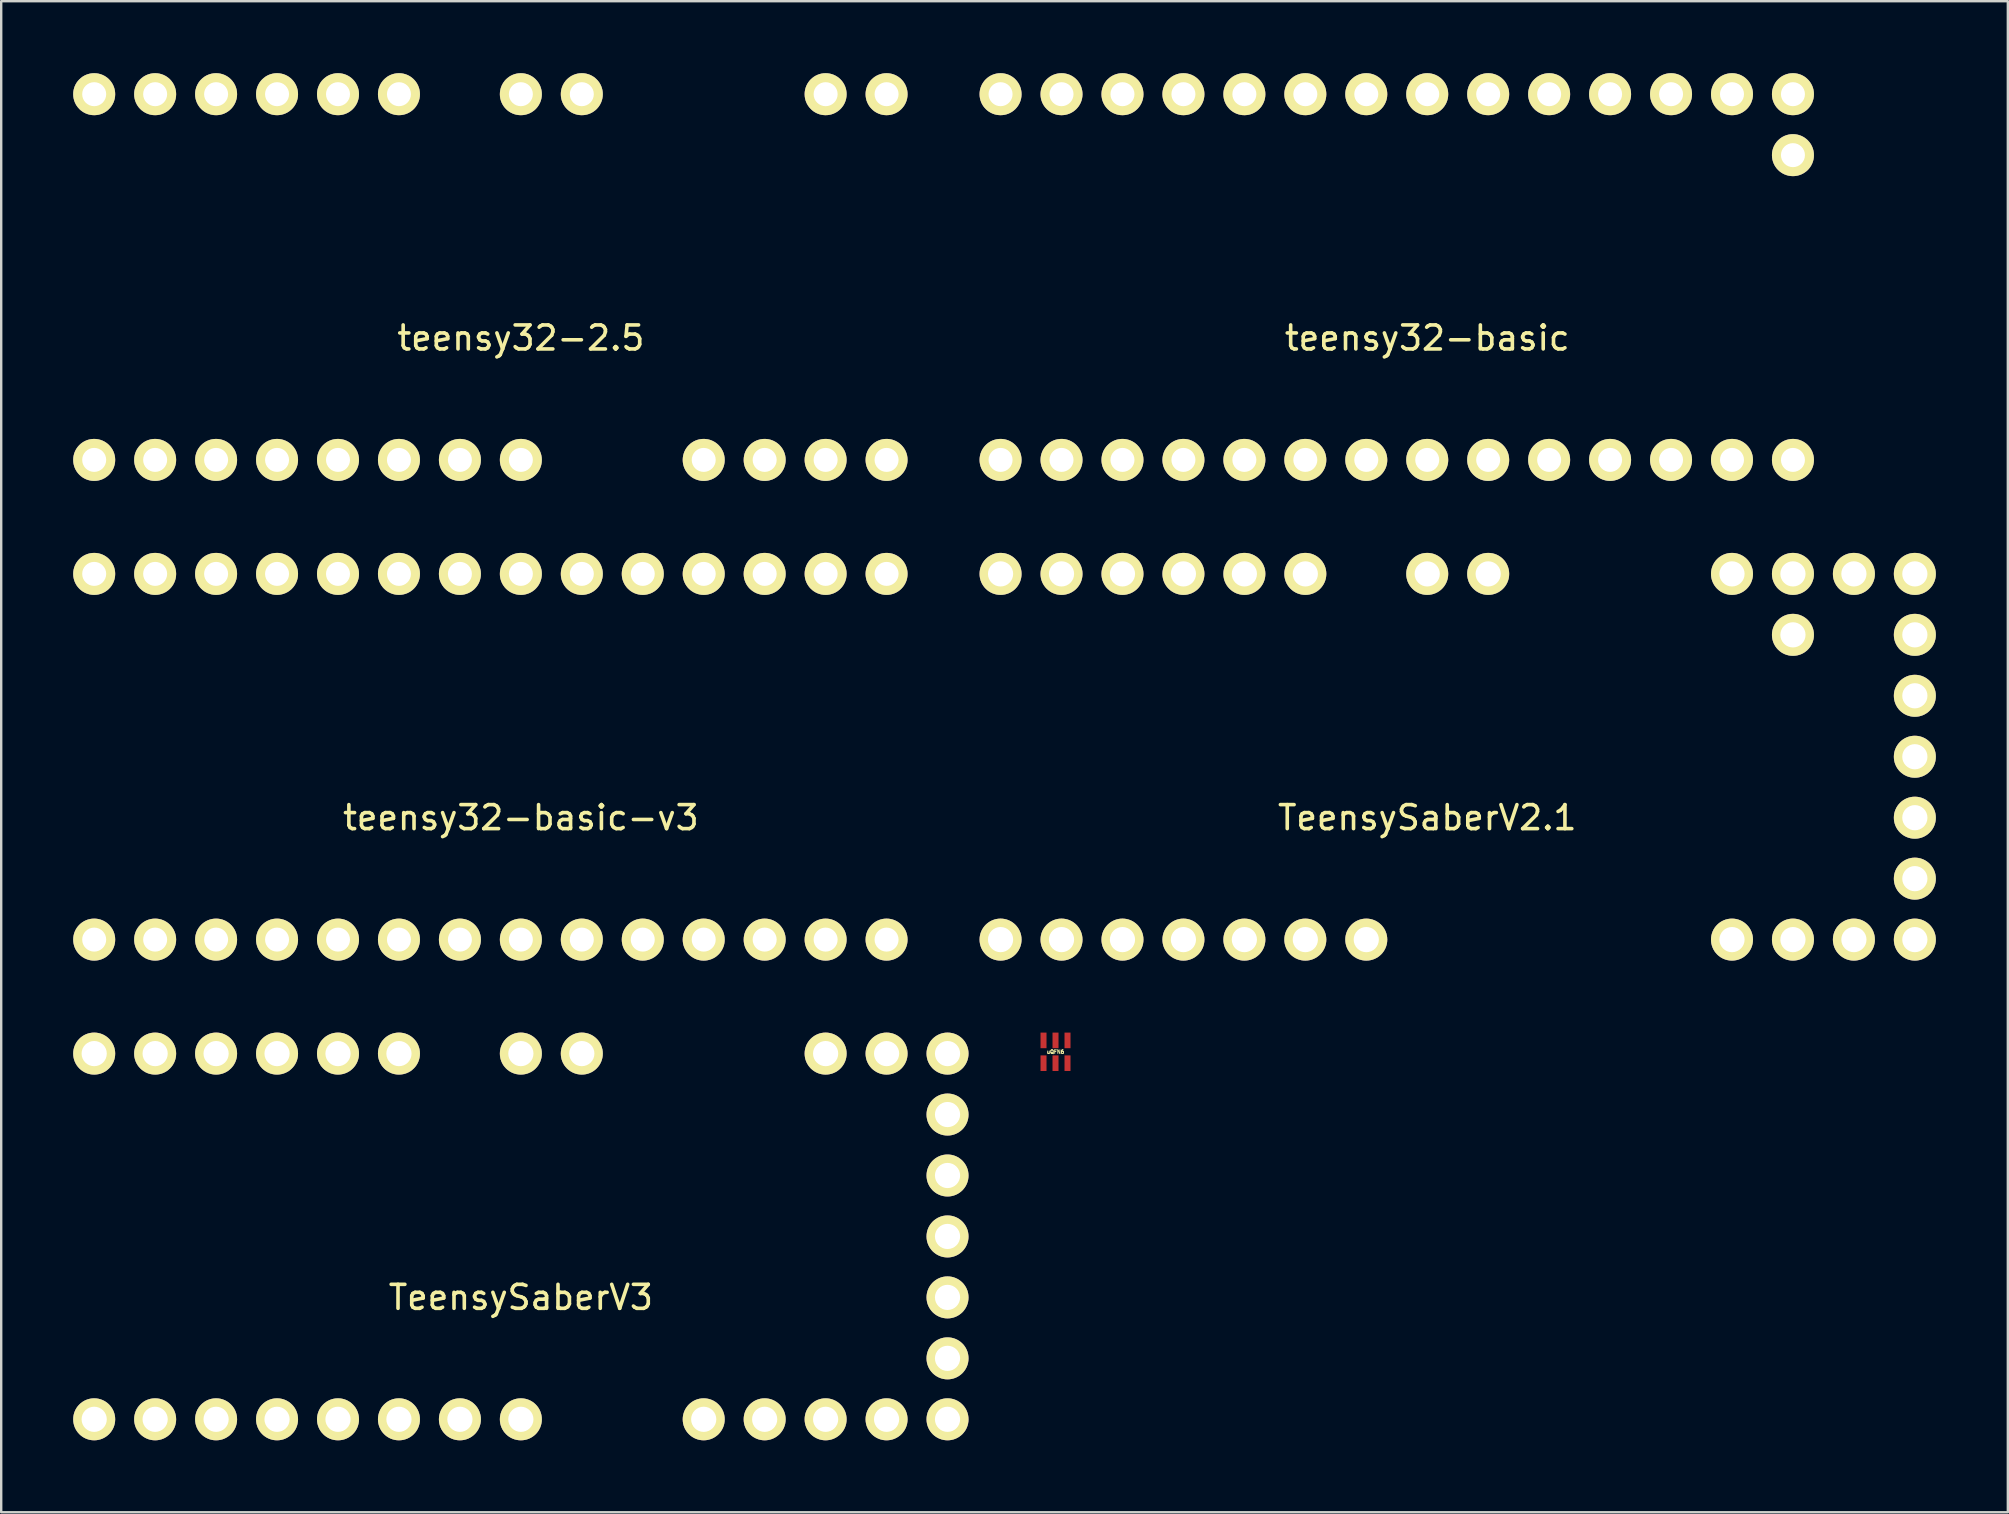
<source format=kicad_pcb>
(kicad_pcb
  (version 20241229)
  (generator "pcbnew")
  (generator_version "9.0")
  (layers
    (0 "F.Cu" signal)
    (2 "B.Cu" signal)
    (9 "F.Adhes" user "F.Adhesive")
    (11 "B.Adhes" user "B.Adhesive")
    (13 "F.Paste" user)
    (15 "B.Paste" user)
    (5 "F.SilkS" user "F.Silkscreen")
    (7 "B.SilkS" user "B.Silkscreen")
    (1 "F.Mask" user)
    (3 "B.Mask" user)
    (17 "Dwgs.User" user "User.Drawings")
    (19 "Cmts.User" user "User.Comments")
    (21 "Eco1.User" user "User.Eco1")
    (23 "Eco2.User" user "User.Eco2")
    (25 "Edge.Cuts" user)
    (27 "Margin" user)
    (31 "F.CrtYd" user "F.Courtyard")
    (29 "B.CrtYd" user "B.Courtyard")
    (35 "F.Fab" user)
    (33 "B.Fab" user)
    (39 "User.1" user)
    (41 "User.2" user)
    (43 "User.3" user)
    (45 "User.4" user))
  (footprint "teensy32-2.5"
    (layer "F.Cu")
    (at 18.655 8.495)
    (property "Reference" "teensy32-2.5" (at 0 2.54 0) (layer "F.SilkS") (effects (font (size 1 1) (thickness 0.15))))
    (attr through_hole)
    (pad "0" thru_hole circle (at -15.24 7.62) (size 1.75 1.75) (drill 1) (layers "*.Cu" "*.Mask" "F.SilkS"))
    (pad "1" thru_hole circle (at -12.7 7.62) (size 1.75 1.75) (drill 1) (layers "*.Cu" "*.Mask" "F.SilkS"))
    (pad "2" thru_hole circle (at -10.16 7.62) (size 1.75 1.75) (drill 1) (layers "*.Cu" "*.Mask" "F.SilkS"))
    (pad "3" thru_hole circle (at -7.62 7.62) (size 1.75 1.75) (drill 1) (layers "*.Cu" "*.Mask" "F.SilkS"))
    (pad "4" thru_hole circle (at -5.08 7.62) (size 1.75 1.75) (drill 1) (layers "*.Cu" "*.Mask" "F.SilkS"))
    (pad "5" thru_hole circle (at -2.54 7.62) (size 1.75 1.75) (drill 1) (layers "*.Cu" "*.Mask" "F.SilkS"))
    (pad "6" thru_hole circle (at 0 7.62) (size 1.75 1.75) (drill 1) (layers "*.Cu" "*.Mask" "F.SilkS"))
    (pad "9" thru_hole circle (at 7.62 7.62) (size 1.75 1.75) (drill 1) (layers "*.Cu" "*.Mask" "F.SilkS"))
    (pad "10" thru_hole circle (at 10.16 7.62) (size 1.75 1.75) (drill 1) (layers "*.Cu" "*.Mask" "F.SilkS"))
    (pad "11" thru_hole circle (at 12.7 7.62) (size 1.75 1.75) (drill 1) (layers "*.Cu" "*.Mask" "F.SilkS"))
    (pad "12" thru_hole circle (at 15.24 7.62) (size 1.75 1.75) (drill 1) (layers "*.Cu" "*.Mask" "F.SilkS"))
    (pad "13" thru_hole circle (at 15.24 -7.62) (size 1.75 1.75) (drill 1) (layers "*.Cu" "*.Mask" "F.SilkS"))
    (pad "14" thru_hole circle (at 12.7 -7.62) (size 1.75 1.75) (drill 1) (layers "*.Cu" "*.Mask" "F.SilkS"))
    (pad "18" thru_hole circle (at 2.54 -7.62) (size 1.75 1.75) (drill 1) (layers "*.Cu" "*.Mask" "F.SilkS"))
    (pad "19" thru_hole circle (at 0 -7.62) (size 1.75 1.75) (drill 1) (layers "*.Cu" "*.Mask" "F.SilkS"))
    (pad "21" thru_hole circle (at -5.08 -7.62) (size 1.75 1.75) (drill 1) (layers "*.Cu" "*.Mask" "F.SilkS"))
    (pad "22" thru_hole circle (at -7.62 -7.62) (size 1.75 1.75) (drill 1) (layers "*.Cu" "*.Mask" "F.SilkS"))
    (pad "23" thru_hole circle (at -10.16 -7.62) (size 1.75 1.75) (drill 1) (layers "*.Cu" "*.Mask" "F.SilkS"))
    (pad "24" thru_hole circle (at -12.7 -7.62) (size 1.75 1.75) (drill 1) (layers "*.Cu" "*.Mask" "F.SilkS"))
    (pad "25" thru_hole circle (at -15.24 -7.62) (size 1.75 1.75) (drill 1) (layers "*.Cu" "*.Mask" "F.SilkS"))
    (pad "26" thru_hole circle (at -17.78 -7.62) (size 1.75 1.75) (drill 1) (layers "*.Cu" "*.Mask" "F.SilkS"))
    (pad "27" thru_hole circle (at -17.78 7.62) (size 1.75 1.75) (drill 1) (layers "*.Cu" "*.Mask" "F.SilkS")))
  (footprint "teensy32-basic-v3"
    (layer "F.Cu")
    (at 18.655 28.485)
    (property "Reference" "teensy32-basic-v3" (at 0 2.54 0) (layer "F.SilkS") (effects (font (size 1 1) (thickness 0.15))))
    (attr through_hole)
    (pad "0" thru_hole circle (at -15.24 7.62) (size 1.75 1.75) (drill 1) (layers "*.Cu" "*.Mask" "F.SilkS"))
    (pad "1" thru_hole circle (at -12.7 7.62) (size 1.75 1.75) (drill 1) (layers "*.Cu" "*.Mask" "F.SilkS"))
    (pad "2" thru_hole circle (at -10.16 7.62) (size 1.75 1.75) (drill 1) (layers "*.Cu" "*.Mask" "F.SilkS"))
    (pad "3" thru_hole circle (at -7.62 7.62) (size 1.75 1.75) (drill 1) (layers "*.Cu" "*.Mask" "F.SilkS"))
    (pad "4" thru_hole circle (at -5.08 7.62) (size 1.75 1.75) (drill 1) (layers "*.Cu" "*.Mask" "F.SilkS"))
    (pad "5" thru_hole circle (at -2.54 7.62) (size 1.75 1.75) (drill 1) (layers "*.Cu" "*.Mask" "F.SilkS"))
    (pad "6" thru_hole circle (at 0 7.62) (size 1.75 1.75) (drill 1) (layers "*.Cu" "*.Mask" "F.SilkS"))
    (pad "7" thru_hole circle (at 2.54 7.62) (size 1.75 1.75) (drill 1) (layers "*.Cu" "*.Mask" "F.SilkS"))
    (pad "8" thru_hole circle (at 5.08 7.62) (size 1.75 1.75) (drill 1) (layers "*.Cu" "*.Mask" "F.SilkS"))
    (pad "9" thru_hole circle (at 7.62 7.62) (size 1.75 1.75) (drill 1) (layers "*.Cu" "*.Mask" "F.SilkS"))
    (pad "10" thru_hole circle (at 10.16 7.62) (size 1.75 1.75) (drill 1) (layers "*.Cu" "*.Mask" "F.SilkS"))
    (pad "11" thru_hole circle (at 12.7 7.62) (size 1.75 1.75) (drill 1) (layers "*.Cu" "*.Mask" "F.SilkS"))
    (pad "12" thru_hole circle (at 15.24 7.62) (size 1.75 1.75) (drill 1) (layers "*.Cu" "*.Mask" "F.SilkS"))
    (pad "13" thru_hole circle (at 15.24 -7.62) (size 1.75 1.75) (drill 1) (layers "*.Cu" "*.Mask" "F.SilkS"))
    (pad "14" thru_hole circle (at 12.7 -7.62) (size 1.75 1.75) (drill 1) (layers "*.Cu" "*.Mask" "F.SilkS"))
    (pad "15" thru_hole circle (at 10.16 -7.62) (size 1.75 1.75) (drill 1) (layers "*.Cu" "*.Mask" "F.SilkS"))
    (pad "16" thru_hole circle (at 7.62 -7.62) (size 1.75 1.75) (drill 1) (layers "*.Cu" "*.Mask" "F.SilkS"))
    (pad "17" thru_hole circle (at 5.08 -7.62) (size 1.75 1.75) (drill 1) (layers "*.Cu" "*.Mask" "F.SilkS"))
    (pad "18" thru_hole circle (at 2.54 -7.62) (size 1.75 1.75) (drill 1) (layers "*.Cu" "*.Mask" "F.SilkS"))
    (pad "19" thru_hole circle (at 0 -7.62) (size 1.75 1.75) (drill 1) (layers "*.Cu" "*.Mask" "F.SilkS"))
    (pad "20" thru_hole circle (at -2.54 -7.62) (size 1.75 1.75) (drill 1) (layers "*.Cu" "*.Mask" "F.SilkS"))
    (pad "21" thru_hole circle (at -5.08 -7.62) (size 1.75 1.75) (drill 1) (layers "*.Cu" "*.Mask" "F.SilkS"))
    (pad "22" thru_hole circle (at -7.62 -7.62) (size 1.75 1.75) (drill 1) (layers "*.Cu" "*.Mask" "F.SilkS"))
    (pad "23" thru_hole circle (at -10.16 -7.62) (size 1.75 1.75) (drill 1) (layers "*.Cu" "*.Mask" "F.SilkS"))
    (pad "24" thru_hole circle (at -12.7 -7.62) (size 1.75 1.75) (drill 1) (layers "*.Cu" "*.Mask" "F.SilkS"))
    (pad "25" thru_hole circle (at -15.24 -7.62) (size 1.75 1.75) (drill 1) (layers "*.Cu" "*.Mask" "F.SilkS"))
    (pad "26" thru_hole circle (at -17.78 -7.62) (size 1.75 1.75) (drill 1) (layers "*.Cu" "*.Mask" "F.SilkS"))
    (pad "27" thru_hole circle (at -17.78 7.62) (size 1.75 1.75) (drill 1) (layers "*.Cu" "*.Mask" "F.SilkS")))
  (footprint "uQFN6"
    (layer "F.Cu")
    (at 40.935 40.78)
    (property "Reference" "uQFN6" (at 0 0 0) (layer "F.SilkS") (effects (font (size 0.15 0.15) (thickness 0.037))))
    (attr smd)
    (pad "1" smd rect (at -0.5 0.475) (size 0.25 0.65) (layers "F.Cu" "F.Mask" "F.Paste"))
    (pad "2" smd rect (at 0 0.475) (size 0.25 0.65) (layers "F.Cu" "F.Mask" "F.Paste"))
    (pad "3" smd rect (at 0.5 0.475) (size 0.25 0.65) (layers "F.Cu" "F.Mask" "F.Paste"))
    (pad "4" smd rect (at 0.5 -0.475) (size 0.25 0.65) (layers "F.Cu" "F.Mask" "F.Paste"))
    (pad "5" smd rect (at 0 -0.475) (size 0.25 0.65) (layers "F.Cu" "F.Mask" "F.Paste"))
    (pad "6" smd rect (at -0.5 -0.475) (size 0.25 0.65) (layers "F.Cu" "F.Mask" "F.Paste")))
  (footprint "teensy32-basic"
    (layer "F.Cu")
    (at 56.425 8.495)
    (property "Reference" "teensy32-basic" (at 0 2.54 0) (layer "F.SilkS") (effects (font (size 1 1) (thickness 0.15))))
    (attr through_hole)
    (pad "0" thru_hole circle (at -15.24 7.62) (size 1.75 1.75) (drill 1) (layers "*.Cu" "*.Mask" "F.SilkS"))
    (pad "1" thru_hole circle (at -12.7 7.62) (size 1.75 1.75) (drill 1) (layers "*.Cu" "*.Mask" "F.SilkS"))
    (pad "2" thru_hole circle (at -10.16 7.62) (size 1.75 1.75) (drill 1) (layers "*.Cu" "*.Mask" "F.SilkS"))
    (pad "3" thru_hole circle (at -7.62 7.62) (size 1.75 1.75) (drill 1) (layers "*.Cu" "*.Mask" "F.SilkS"))
    (pad "4" thru_hole circle (at -5.08 7.62) (size 1.75 1.75) (drill 1) (layers "*.Cu" "*.Mask" "F.SilkS"))
    (pad "5" thru_hole circle (at -2.54 7.62) (size 1.75 1.75) (drill 1) (layers "*.Cu" "*.Mask" "F.SilkS"))
    (pad "6" thru_hole circle (at 0 7.62) (size 1.75 1.75) (drill 1) (layers "*.Cu" "*.Mask" "F.SilkS"))
    (pad "7" thru_hole circle (at 2.54 7.62) (size 1.75 1.75) (drill 1) (layers "*.Cu" "*.Mask" "F.SilkS"))
    (pad "8" thru_hole circle (at 5.08 7.62) (size 1.75 1.75) (drill 1) (layers "*.Cu" "*.Mask" "F.SilkS"))
    (pad "9" thru_hole circle (at 7.62 7.62) (size 1.75 1.75) (drill 1) (layers "*.Cu" "*.Mask" "F.SilkS"))
    (pad "10" thru_hole circle (at 10.16 7.62) (size 1.75 1.75) (drill 1) (layers "*.Cu" "*.Mask" "F.SilkS"))
    (pad "11" thru_hole circle (at 12.7 7.62) (size 1.75 1.75) (drill 1) (layers "*.Cu" "*.Mask" "F.SilkS"))
    (pad "12" thru_hole circle (at 15.24 7.62) (size 1.75 1.75) (drill 1) (layers "*.Cu" "*.Mask" "F.SilkS"))
    (pad "13" thru_hole circle (at 15.24 -7.62) (size 1.75 1.75) (drill 1) (layers "*.Cu" "*.Mask" "F.SilkS"))
    (pad "14" thru_hole circle (at 12.7 -7.62) (size 1.75 1.75) (drill 1) (layers "*.Cu" "*.Mask" "F.SilkS"))
    (pad "15" thru_hole circle (at 10.16 -7.62) (size 1.75 1.75) (drill 1) (layers "*.Cu" "*.Mask" "F.SilkS"))
    (pad "16" thru_hole circle (at 7.62 -7.62) (size 1.75 1.75) (drill 1) (layers "*.Cu" "*.Mask" "F.SilkS"))
    (pad "17" thru_hole circle (at 5.08 -7.62) (size 1.75 1.75) (drill 1) (layers "*.Cu" "*.Mask" "F.SilkS"))
    (pad "18" thru_hole circle (at 2.54 -7.62) (size 1.75 1.75) (drill 1) (layers "*.Cu" "*.Mask" "F.SilkS"))
    (pad "19" thru_hole circle (at 0 -7.62) (size 1.75 1.75) (drill 1) (layers "*.Cu" "*.Mask" "F.SilkS"))
    (pad "20" thru_hole circle (at -2.54 -7.62) (size 1.75 1.75) (drill 1) (layers "*.Cu" "*.Mask" "F.SilkS"))
    (pad "21" thru_hole circle (at -5.08 -7.62) (size 1.75 1.75) (drill 1) (layers "*.Cu" "*.Mask" "F.SilkS"))
    (pad "22" thru_hole circle (at -7.62 -7.62) (size 1.75 1.75) (drill 1) (layers "*.Cu" "*.Mask" "F.SilkS"))
    (pad "23" thru_hole circle (at -10.16 -7.62) (size 1.75 1.75) (drill 1) (layers "*.Cu" "*.Mask" "F.SilkS"))
    (pad "24" thru_hole circle (at -12.7 -7.62) (size 1.75 1.75) (drill 1) (layers "*.Cu" "*.Mask" "F.SilkS"))
    (pad "25" thru_hole circle (at -15.24 -7.62) (size 1.75 1.75) (drill 1) (layers "*.Cu" "*.Mask" "F.SilkS"))
    (pad "26" thru_hole circle (at -17.78 -7.62) (size 1.75 1.75) (drill 1) (layers "*.Cu" "*.Mask" "F.SilkS"))
    (pad "27" thru_hole circle (at -17.78 7.62) (size 1.75 1.75) (drill 1) (layers "*.Cu" "*.Mask" "F.SilkS"))
    (pad "28" thru_hole circle (at 15.24 -5.08) (size 1.75 1.75) (drill 1) (layers "*.Cu" "*.Mask" "F.SilkS")))
  (footprint "TeensySaberV2.1"
    (layer "F.Cu")
    (at 56.425 28.485)
    (property "Reference" "TeensySaberV2.1" (at 0 2.54 0) (layer "F.SilkS") (effects (font (size 1 1) (thickness 0.15))))
    (attr through_hole)
    (pad "0" thru_hole circle (at -15.24 7.62) (size 1.75 1.75) (drill 1.05) (layers "*.Cu" "*.Mask" "F.SilkS"))
    (pad "1" thru_hole circle (at -12.7 7.62) (size 1.75 1.75) (drill 1.05) (layers "*.Cu" "*.Mask" "F.SilkS"))
    (pad "2" thru_hole circle (at -10.16 7.62) (size 1.75 1.75) (drill 1.05) (layers "*.Cu" "*.Mask" "F.SilkS"))
    (pad "3" thru_hole circle (at -7.62 7.62) (size 1.75 1.75) (drill 1.05) (layers "*.Cu" "*.Mask" "F.SilkS"))
    (pad "4" thru_hole circle (at -5.08 7.62) (size 1.75 1.75) (drill 1.05) (layers "*.Cu" "*.Mask" "F.SilkS"))
    (pad "5" thru_hole circle (at -2.54 7.62) (size 1.75 1.75) (drill 1.05) (layers "*.Cu" "*.Mask" "F.SilkS"))
    (pad "11" thru_hole circle (at 12.7 7.62) (size 1.75 1.75) (drill 1.05) (layers "*.Cu" "*.Mask" "F.SilkS"))
    (pad "12" thru_hole circle (at 15.24 7.62) (size 1.75 1.75) (drill 1.05) (layers "*.Cu" "*.Mask" "F.SilkS"))
    (pad "13" thru_hole circle (at 15.24 -7.62) (size 1.75 1.75) (drill 1.05) (layers "*.Cu" "*.Mask" "F.SilkS"))
    (pad "14" thru_hole circle (at 12.7 -7.62) (size 1.75 1.75) (drill 1.05) (layers "*.Cu" "*.Mask" "F.SilkS"))
    (pad "18" thru_hole circle (at 2.54 -7.62) (size 1.75 1.75) (drill 1.05) (layers "*.Cu" "*.Mask" "F.SilkS"))
    (pad "19" thru_hole circle (at 0 -7.62) (size 1.75 1.75) (drill 1.05) (layers "*.Cu" "*.Mask" "F.SilkS"))
    (pad "21" thru_hole circle (at -5.08 -7.62) (size 1.75 1.75) (drill 1.05) (layers "*.Cu" "*.Mask" "F.SilkS"))
    (pad "22" thru_hole circle (at -7.62 -7.62) (size 1.75 1.75) (drill 1.05) (layers "*.Cu" "*.Mask" "F.SilkS"))
    (pad "23" thru_hole circle (at -10.16 -7.62) (size 1.75 1.75) (drill 1.05) (layers "*.Cu" "*.Mask" "F.SilkS"))
    (pad "24" thru_hole circle (at -12.7 -7.62) (size 1.75 1.75) (drill 1.05) (layers "*.Cu" "*.Mask" "F.SilkS"))
    (pad "25" thru_hole circle (at -15.24 -7.62) (size 1.75 1.75) (drill 1.05) (layers "*.Cu" "*.Mask" "F.SilkS"))
    (pad "26" thru_hole circle (at -17.78 -7.62) (size 1.75 1.75) (drill 1.05) (layers "*.Cu" "*.Mask" "F.SilkS"))
    (pad "27" thru_hole circle (at -17.78 7.62) (size 1.75 1.75) (drill 1.05) (layers "*.Cu" "*.Mask" "F.SilkS"))
    (pad "28" thru_hole circle (at 15.24 -5.08) (size 1.75 1.75) (drill 1.05) (layers "*.Cu" "*.Mask" "F.SilkS"))
    (pad "28" thru_hole circle (at 17.78 -7.62) (size 1.75 1.75) (drill 1.05) (layers "*.Cu" "*.Mask" "F.SilkS"))
    (pad "29" thru_hole circle (at 20.32 -7.62) (size 1.75 1.75) (drill 1.05) (layers "*.Cu" "*.Mask" "F.SilkS"))
    (pad "30" thru_hole circle (at 20.32 -5.08) (size 1.75 1.75) (drill 1.05) (layers "*.Cu" "*.Mask" "F.SilkS"))
    (pad "31" thru_hole circle (at 20.32 -2.54) (size 1.75 1.75) (drill 1.05) (layers "*.Cu" "*.Mask" "F.SilkS"))
    (pad "32" thru_hole circle (at 20.32 0) (size 1.75 1.75) (drill 1.05) (layers "*.Cu" "*.Mask" "F.SilkS"))
    (pad "33" thru_hole circle (at 20.32 2.54) (size 1.75 1.75) (drill 1.05) (layers "*.Cu" "*.Mask" "F.SilkS"))
    (pad "34" thru_hole circle (at 20.32 5.08) (size 1.75 1.75) (drill 1.05) (layers "*.Cu" "*.Mask" "F.SilkS"))
    (pad "35" thru_hole circle (at 20.32 7.62) (size 1.75 1.75) (drill 1.05) (layers "*.Cu" "*.Mask" "F.SilkS"))
    (pad "36" thru_hole circle (at 17.78 7.62) (size 1.75 1.75) (drill 1.05) (layers "*.Cu" "*.Mask" "F.SilkS")))
  (footprint "TeensySaberV3"
    (layer "F.Cu")
    (at 18.655 48.475)
    (property "Reference" "TeensySaberV3" (at 0 2.54 0) (layer "F.SilkS") (effects (font (size 1 1) (thickness 0.15))))
    (attr through_hole)
    (pad "0" thru_hole circle (at -15.24 7.62) (size 1.75 1.75) (drill 1.05) (layers "*.Cu" "*.Mask" "F.SilkS"))
    (pad "1" thru_hole circle (at -12.7 7.62) (size 1.75 1.75) (drill 1.05) (layers "*.Cu" "*.Mask" "F.SilkS"))
    (pad "2" thru_hole circle (at -10.16 7.62) (size 1.75 1.75) (drill 1.05) (layers "*.Cu" "*.Mask" "F.SilkS"))
    (pad "3" thru_hole circle (at -7.62 7.62) (size 1.75 1.75) (drill 1.05) (layers "*.Cu" "*.Mask" "F.SilkS"))
    (pad "4" thru_hole circle (at -5.08 7.62) (size 1.75 1.75) (drill 1.05) (layers "*.Cu" "*.Mask" "F.SilkS"))
    (pad "5" thru_hole circle (at -2.54 7.62) (size 1.75 1.75) (drill 1.05) (layers "*.Cu" "*.Mask" "F.SilkS"))
    (pad "6" thru_hole circle (at 0 7.62) (size 1.75 1.75) (drill 1.05) (layers "*.Cu" "*.Mask" "F.SilkS"))
    (pad "9" thru_hole circle (at 7.62 7.62) (size 1.75 1.75) (drill 1.05) (layers "*.Cu" "*.Mask" "F.SilkS"))
    (pad "10" thru_hole circle (at 10.16 7.62) (size 1.75 1.75) (drill 1.05) (layers "*.Cu" "*.Mask" "F.SilkS"))
    (pad "11" thru_hole circle (at 12.7 7.62) (size 1.75 1.75) (drill 1.05) (layers "*.Cu" "*.Mask" "F.SilkS"))
    (pad "12" thru_hole circle (at 15.24 7.62) (size 1.75 1.75) (drill 1.05) (layers "*.Cu" "*.Mask" "F.SilkS"))
    (pad "13" thru_hole circle (at 15.24 -7.62) (size 1.75 1.75) (drill 1.05) (layers "*.Cu" "*.Mask" "F.SilkS"))
    (pad "14" thru_hole circle (at 12.7 -7.62) (size 1.75 1.75) (drill 1.05) (layers "*.Cu" "*.Mask" "F.SilkS"))
    (pad "18" thru_hole circle (at 2.54 -7.62) (size 1.75 1.75) (drill 1.05) (layers "*.Cu" "*.Mask" "F.SilkS"))
    (pad "19" thru_hole circle (at 0 -7.62) (size 1.75 1.75) (drill 1.05) (layers "*.Cu" "*.Mask" "F.SilkS"))
    (pad "21" thru_hole circle (at -5.08 -7.62) (size 1.75 1.75) (drill 1.05) (layers "*.Cu" "*.Mask" "F.SilkS"))
    (pad "22" thru_hole circle (at -7.62 -7.62) (size 1.75 1.75) (drill 1.05) (layers "*.Cu" "*.Mask" "F.SilkS"))
    (pad "23" thru_hole circle (at -10.16 -7.62) (size 1.75 1.75) (drill 1.05) (layers "*.Cu" "*.Mask" "F.SilkS"))
    (pad "24" thru_hole circle (at -12.7 -7.62) (size 1.75 1.75) (drill 1.05) (layers "*.Cu" "*.Mask" "F.SilkS"))
    (pad "25" thru_hole circle (at -15.24 -7.62) (size 1.75 1.75) (drill 1.05) (layers "*.Cu" "*.Mask" "F.SilkS"))
    (pad "26" thru_hole circle (at -17.78 -7.62) (size 1.75 1.75) (drill 1.05) (layers "*.Cu" "*.Mask" "F.SilkS"))
    (pad "27" thru_hole circle (at -17.78 7.62) (size 1.75 1.75) (drill 1.05) (layers "*.Cu" "*.Mask" "F.SilkS"))
    (pad "29" thru_hole circle (at 17.78 7.62) (size 1.75 1.75) (drill 1.05) (layers "*.Cu" "*.Mask" "F.SilkS"))
    (pad "30" thru_hole circle (at 17.78 5.08) (size 1.75 1.75) (drill 1.05) (layers "*.Cu" "*.Mask" "F.SilkS"))
    (pad "31" thru_hole circle (at 17.78 -2.54) (size 1.75 1.75) (drill 1.05) (layers "*.Cu" "*.Mask" "F.SilkS"))
    (pad "32" thru_hole circle (at 17.78 0) (size 1.75 1.75) (drill 1.05) (layers "*.Cu" "*.Mask" "F.SilkS"))
    (pad "33" thru_hole circle (at 17.78 2.54) (size 1.75 1.75) (drill 1.05) (layers "*.Cu" "*.Mask" "F.SilkS"))
    (pad "35" thru_hole circle (at 17.78 -7.62) (size 1.75 1.75) (drill 1.05) (layers "*.Cu" "*.Mask" "F.SilkS"))
    (pad "36" thru_hole circle (at 17.78 -5.08) (size 1.75 1.75) (drill 1.05) (layers "*.Cu" "*.Mask" "F.SilkS")))
  (gr_rect
    (start -3 -3)
    (end 80.62 59.97)
    (stroke (width 0.1) (type default))
    (fill no)
    (layer "Edge.Cuts")))
</source>
